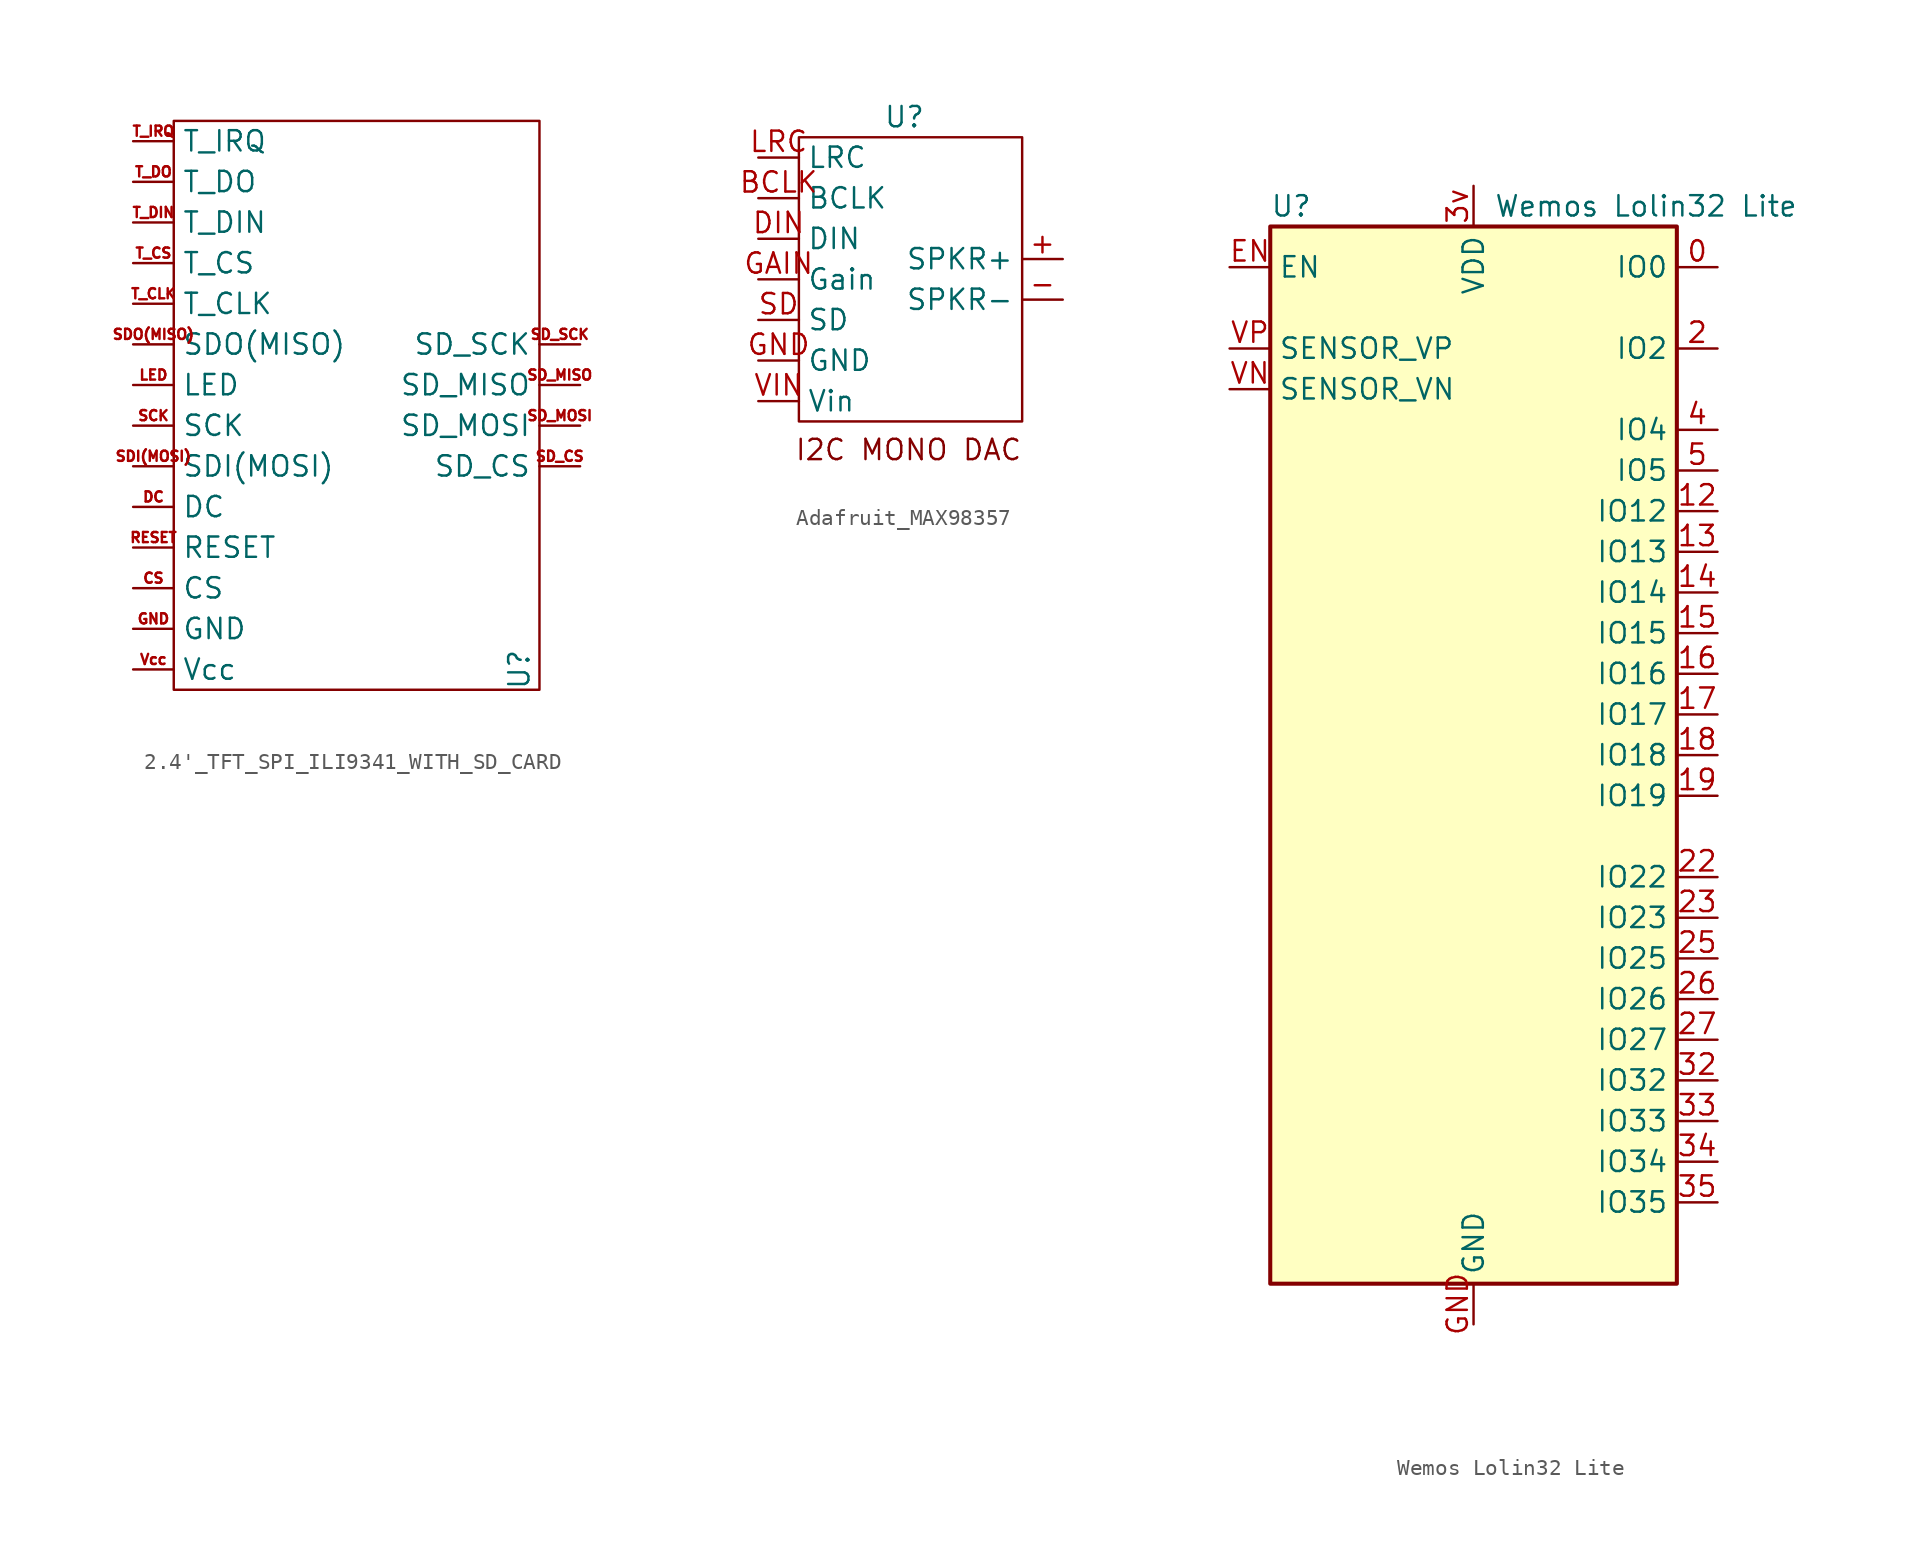
<source format=kicad_sym>
(kicad_symbol_lib
  (version 20231120)
  (generator "kicad_symbol_editor")
  (generator_version "8.0")
  (symbol "2.4'_TFT_SPI_ILI9341_WITH_SD_CARD"
    (property "Reference" "U"
      (at 10.16 -16.51 90)
      (effects (font (size 1.27 1.27))))
    (property "Value" ""
      (at 0 0 0)
      (effects (font (size 1.27 1.27))))
    (symbol "2.4'_TFT_SPI_ILI9341_WITH_SD_CARD_0_1"
      (rectangle (start -11.43 -17.78) (end 11.43 17.78) (stroke (width 0) (type default)) (fill (type none))))
    (symbol "2.4'_TFT_SPI_ILI9341_WITH_SD_CARD_1_1"
      (pin input line (at -13.97 -11.43 0) (length 2.54) (name "CS" (effects (font (size 1.27 1.27)))) (number "CS" (effects (font (size 0.635 0.635)))))
      (pin input line (at -13.97 -6.35 0) (length 2.54) (name "DC" (effects (font (size 1.27 1.27)))) (number "DC" (effects (font (size 0.635 0.635)))))
      (pin power_in line (at -13.97 -13.97 0) (length 2.54) (name "GND" (effects (font (size 1.27 1.27)))) (number "GND" (effects (font (size 0.635 0.635)))))
      (pin input line (at -13.97 1.27 0) (length 2.54) (name "LED" (effects (font (size 1.27 1.27)))) (number "LED" (effects (font (size 0.635 0.635)))))
      (pin input line (at -13.97 -8.89 0) (length 2.54) (name "RESET" (effects (font (size 1.27 1.27)))) (number "RESET" (effects (font (size 0.635 0.635)))))
      (pin input line (at -13.97 -1.27 0) (length 2.54) (name "SCK" (effects (font (size 1.27 1.27)))) (number "SCK" (effects (font (size 0.635 0.635)))))
      (pin input line (at -13.97 -3.81 0) (length 2.54) (name "SDI(MOSI)" (effects (font (size 1.27 1.27)))) (number "SDI(MOSI)" (effects (font (size 0.635 0.635)))))
      (pin output line (at -13.97 3.81 0) (length 2.54) (name "SDO(MISO)" (effects (font (size 1.27 1.27)))) (number "SDO(MISO)" (effects (font (size 0.635 0.635)))))
      (pin input line (at 13.97 -3.81 180) (length 2.54) (name "SD_CS" (effects (font (size 1.27 1.27)))) (number "SD_CS" (effects (font (size 0.635 0.635)))))
      (pin output line (at 13.97 1.27 180) (length 2.54) (name "SD_MISO" (effects (font (size 1.27 1.27)))) (number "SD_MISO" (effects (font (size 0.635 0.635)))))
      (pin input line (at 13.97 -1.27 180) (length 2.54) (name "SD_MOSI" (effects (font (size 1.27 1.27)))) (number "SD_MOSI" (effects (font (size 0.635 0.635)))))
      (pin input line (at 13.97 3.81 180) (length 2.54) (name "SD_SCK" (effects (font (size 1.27 1.27)))) (number "SD_SCK" (effects (font (size 0.635 0.635)))))
      (pin input line (at -13.97 6.35 0) (length 2.54) (name "T_CLK" (effects (font (size 1.27 1.27)))) (number "T_CLK" (effects (font (size 0.635 0.635)))))
      (pin input line (at -13.97 8.89 0) (length 2.54) (name "T_CS" (effects (font (size 1.27 1.27)))) (number "T_CS" (effects (font (size 0.635 0.635)))))
      (pin input line (at -13.97 11.43 0) (length 2.54) (name "T_DIN" (effects (font (size 1.27 1.27)))) (number "T_DIN" (effects (font (size 0.635 0.635)))))
      (pin output line (at -13.97 13.97 0) (length 2.54) (name "T_DO" (effects (font (size 1.27 1.27)))) (number "T_DO" (effects (font (size 0.635 0.635)))))
      (pin input line (at -13.97 16.51 0) (length 2.54) (name "T_IRQ" (effects (font (size 1.27 1.27)))) (number "T_IRQ" (effects (font (size 0.635 0.635)))))
      (pin power_in line (at -13.97 -16.51 0) (length 2.54) (name "Vcc" (effects (font (size 1.27 1.27)))) (number "Vcc" (effects (font (size 0.635 0.635)))))))
  (symbol "Adafruit_MAX98357"
    (property "Reference" "U"
      (at 0.254 10.16 0)
      (effects (font (size 1.27 1.27))))
    (property "Value" ""
      (at 1.778 3.302 0)
      (effects (font (size 1.27 1.27))))
    (symbol "Adafruit_MAX98357_0_1"
      (rectangle (start -6.35 8.89) (end 7.62 -8.89) (stroke (width 0) (type default)) (fill (type none))))
    (symbol "Adafruit_MAX98357_1_1"
      (text "I2C MONO DAC\n" (at 0.508 -10.668 0) (effects (font (size 1.27 1.27))))
      (pin output line (at 10.16 1.27 180) (length 2.54) (name "SPKR+" (effects (font (size 1.27 1.27)))) (number "+" (effects (font (size 1.27 1.27)))))
      (pin output line (at 10.16 -1.27 180) (length 2.54) (name "SPKR-" (effects (font (size 1.27 1.27)))) (number "-" (effects (font (size 1.27 1.27)))))
      (pin input line (at -8.89 5.08 0) (length 2.54) (name "BCLK" (effects (font (size 1.27 1.27)))) (number "BCLK" (effects (font (size 1.27 1.27)))))
      (pin input line (at -8.89 2.54 0) (length 2.54) (name "DIN" (effects (font (size 1.27 1.27)))) (number "DIN" (effects (font (size 1.27 1.27)))))
      (pin input line (at -8.89 0 0) (length 2.54) (name "Gain" (effects (font (size 1.27 1.27)))) (number "GAIN" (effects (font (size 1.27 1.27)))))
      (pin power_in line (at -8.89 -5.08 0) (length 2.54) (name "GND" (effects (font (size 1.27 1.27)))) (number "GND" (effects (font (size 1.27 1.27)))))
      (pin input line (at -8.89 7.62 0) (length 2.54) (name "LRC" (effects (font (size 1.27 1.27)))) (number "LRC" (effects (font (size 1.27 1.27)))))
      (pin input line (at -8.89 -2.54 0) (length 2.54) (name "SD" (effects (font (size 1.27 1.27)))) (number "SD" (effects (font (size 1.27 1.27)))))
      (pin power_in line (at -8.89 -7.62 0) (length 2.54) (name "Vin" (effects (font (size 1.27 1.27)))) (number "VIN" (effects (font (size 1.27 1.27)))))))
  (symbol "Wemos Lolin32 Lite"
    (property "Reference" "U"
      (at -12.7 34.29 0)
      (effects (font (size 1.27 1.27)) (justify left)))
    (property "Value" "Wemos Lolin32 Lite"
      (at 1.27 34.29 0)
      (effects (font (size 1.27 1.27)) (justify left)))
    (symbol "Wemos Lolin32 Lite_0_1"
      (rectangle (start -12.7 33.02) (end 12.7 -33.02) (stroke (width 0.254) (type default)) (fill (type background))))
    (symbol "Wemos Lolin32 Lite_1_1"
      (pin bidirectional line (at 15.24 30.48 180) (length 2.54) (name "IO0" (effects (font (size 1.27 1.27)))) (number "0" (effects (font (size 1.27 1.27)))))
      (pin bidirectional line (at 15.24 15.24 180) (length 2.54) (name "IO12" (effects (font (size 1.27 1.27)))) (number "12" (effects (font (size 1.27 1.27)))))
      (pin bidirectional line (at 15.24 12.7 180) (length 2.54) (name "IO13" (effects (font (size 1.27 1.27)))) (number "13" (effects (font (size 1.27 1.27)))))
      (pin bidirectional line (at 15.24 10.16 180) (length 2.54) (name "IO14" (effects (font (size 1.27 1.27)))) (number "14" (effects (font (size 1.27 1.27)))))
      (pin bidirectional line (at 15.24 7.62 180) (length 2.54) (name "IO15" (effects (font (size 1.27 1.27)))) (number "15" (effects (font (size 1.27 1.27)))))
      (pin bidirectional line (at 15.24 5.08 180) (length 2.54) (name "IO16" (effects (font (size 1.27 1.27)))) (number "16" (effects (font (size 1.27 1.27)))))
      (pin bidirectional line (at 15.24 2.54 180) (length 2.54) (name "IO17" (effects (font (size 1.27 1.27)))) (number "17" (effects (font (size 1.27 1.27)))))
      (pin bidirectional line (at 15.24 0 180) (length 2.54) (name "IO18" (effects (font (size 1.27 1.27)))) (number "18" (effects (font (size 1.27 1.27)))))
      (pin bidirectional line (at 15.24 -2.54 180) (length 2.54) (name "IO19" (effects (font (size 1.27 1.27)))) (number "19" (effects (font (size 1.27 1.27)))))
      (pin bidirectional line (at 15.24 25.4 180) (length 2.54) (name "IO2" (effects (font (size 1.27 1.27)))) (number "2" (effects (font (size 1.27 1.27)))))
      (pin bidirectional line (at 15.24 -7.62 180) (length 2.54) (name "IO22" (effects (font (size 1.27 1.27)))) (number "22" (effects (font (size 1.27 1.27)))))
      (pin bidirectional line (at 15.24 -10.16 180) (length 2.54) (name "IO23" (effects (font (size 1.27 1.27)))) (number "23" (effects (font (size 1.27 1.27)))))
      (pin bidirectional line (at 15.24 -12.7 180) (length 2.54) (name "IO25" (effects (font (size 1.27 1.27)))) (number "25" (effects (font (size 1.27 1.27)))))
      (pin bidirectional line (at 15.24 -15.24 180) (length 2.54) (name "IO26" (effects (font (size 1.27 1.27)))) (number "26" (effects (font (size 1.27 1.27)))))
      (pin bidirectional line (at 15.24 -17.78 180) (length 2.54) (name "IO27" (effects (font (size 1.27 1.27)))) (number "27" (effects (font (size 1.27 1.27)))))
      (pin bidirectional line (at 15.24 -20.32 180) (length 2.54) (name "IO32" (effects (font (size 1.27 1.27)))) (number "32" (effects (font (size 1.27 1.27)))))
      (pin bidirectional line (at 15.24 -22.86 180) (length 2.54) (name "IO33" (effects (font (size 1.27 1.27)))) (number "33" (effects (font (size 1.27 1.27)))))
      (pin input line (at 15.24 -25.4 180) (length 2.54) (name "IO34" (effects (font (size 1.27 1.27)))) (number "34" (effects (font (size 1.27 1.27)))))
      (pin input line (at 15.24 -27.94 180) (length 2.54) (name "IO35" (effects (font (size 1.27 1.27)))) (number "35" (effects (font (size 1.27 1.27)))))
      (pin power_in line (at 0 35.56 270) (length 2.54) (name "VDD" (effects (font (size 1.27 1.27)))) (number "3v" (effects (font (size 1.27 1.27)))))
      (pin bidirectional line (at 15.24 20.32 180) (length 2.54) (name "IO4" (effects (font (size 1.27 1.27)))) (number "4" (effects (font (size 1.27 1.27)))))
      (pin bidirectional line (at 15.24 17.78 180) (length 2.54) (name "IO5" (effects (font (size 1.27 1.27)))) (number "5" (effects (font (size 1.27 1.27)))))
      (pin input line (at -15.24 30.48 0) (length 2.54) (name "EN" (effects (font (size 1.27 1.27)))) (number "EN" (effects (font (size 1.27 1.27)))))
      (pin passive line (at 0 -35.56 90) (length 2.54) hide (name "GND" (effects (font (size 1.27 1.27)))) (number "GND" (effects (font (size 1.27 1.27)))))
      (pin passive line (at 0 -35.56 90) (length 2.54) hide (name "GND" (effects (font (size 1.27 1.27)))) (number "GND" (effects (font (size 1.27 1.27)))))
      (pin passive line (at 0 -35.56 90) (length 2.54) hide (name "GND" (effects (font (size 1.27 1.27)))) (number "GND" (effects (font (size 1.27 1.27)))))
      (pin power_in line (at 0 -35.56 90) (length 2.54) (name "GND" (effects (font (size 1.27 1.27)))) (number "GND" (effects (font (size 1.27 1.27)))))
      (pin input line (at -15.24 22.86 0) (length 2.54) (name "SENSOR_VN" (effects (font (size 1.27 1.27)))) (number "VN" (effects (font (size 1.27 1.27)))))
      (pin input line (at -15.24 25.4 0) (length 2.54) (name "SENSOR_VP" (effects (font (size 1.27 1.27)))) (number "VP" (effects (font (size 1.27 1.27))))))))
</source>
